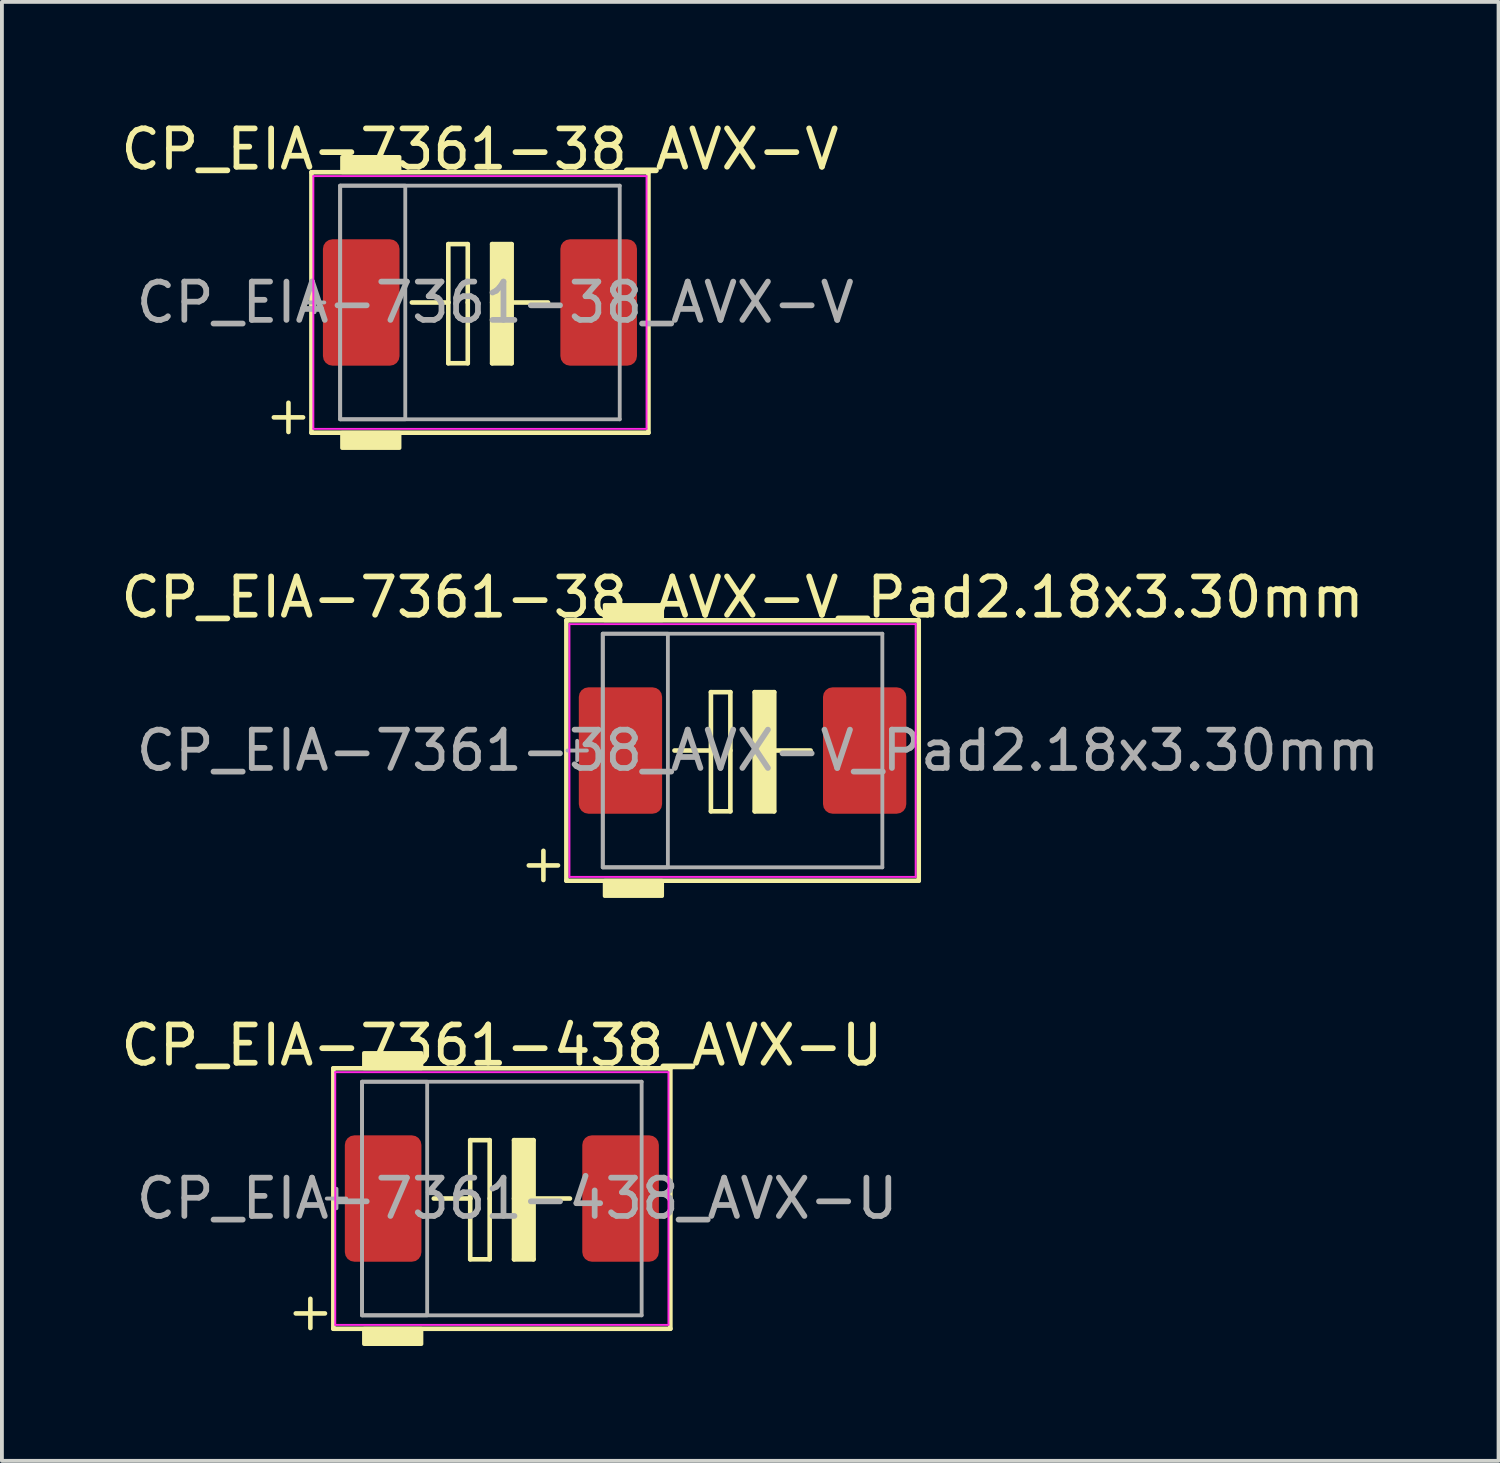
<source format=kicad_pcb>
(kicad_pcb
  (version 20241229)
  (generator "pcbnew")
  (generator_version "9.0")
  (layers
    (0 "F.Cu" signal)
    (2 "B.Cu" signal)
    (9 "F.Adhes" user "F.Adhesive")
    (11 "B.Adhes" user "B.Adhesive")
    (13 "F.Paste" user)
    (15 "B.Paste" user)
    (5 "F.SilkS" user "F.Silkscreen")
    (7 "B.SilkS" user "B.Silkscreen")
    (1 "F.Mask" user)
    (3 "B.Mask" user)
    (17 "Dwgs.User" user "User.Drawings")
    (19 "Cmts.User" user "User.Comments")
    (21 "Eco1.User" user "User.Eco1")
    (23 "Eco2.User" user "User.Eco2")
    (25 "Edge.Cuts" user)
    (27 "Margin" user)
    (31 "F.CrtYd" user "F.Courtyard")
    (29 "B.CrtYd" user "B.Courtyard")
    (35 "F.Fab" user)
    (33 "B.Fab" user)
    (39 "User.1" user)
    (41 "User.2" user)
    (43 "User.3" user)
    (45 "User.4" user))
  (footprint "CP_EIA-7361-38_AVX-V"
    (layer "F.Cu")
    (at 9.482 4.848)
    (property "Reference" "CP_EIA-7361-38_AVX-V" (at 0 -4 0) (layer "F.SilkS") (effects (font (size 1 1) (thickness 0.15))))
    (attr smd)
    (fp_line (start -5.381 3) (end -4.619 3) (stroke (width 0.12) (type solid)) (layer "F.SilkS"))
    (fp_line (start -5 2.619) (end -5 3.381) (stroke (width 0.12) (type solid)) (layer "F.SilkS"))
    (fp_line (start -4.4 -3.4) (end -4.4 3.4) (stroke (width 0.12) (type solid)) (layer "F.SilkS"))
    (fp_line (start -4.4 3.4) (end 4.4 3.4) (stroke (width 0.12) (type solid)) (layer "F.SilkS"))
    (fp_line (start -1.778 0) (end -0.826 0) (stroke (width 0.12) (type solid)) (layer "F.SilkS"))
    (fp_line (start -0.826 -1.524) (end -0.826 0) (stroke (width 0.12) (type solid)) (layer "F.SilkS"))
    (fp_line (start -0.826 1.587) (end -0.826 0) (stroke (width 0.12) (type solid)) (layer "F.SilkS"))
    (fp_line (start -0.826 1.587) (end -0.318 1.587) (stroke (width 0.12) (type solid)) (layer "F.SilkS"))
    (fp_line (start -0.318 -1.524) (end -0.826 -1.524) (stroke (width 0.12) (type solid)) (layer "F.SilkS"))
    (fp_line (start -0.318 -1.524) (end -0.318 0) (stroke (width 0.12) (type solid)) (layer "F.SilkS"))
    (fp_line (start -0.318 1.587) (end -0.318 0) (stroke (width 0.12) (type solid)) (layer "F.SilkS"))
    (fp_line (start 0.318 -1.524) (end 0.318 0) (stroke (width 0.12) (type solid)) (layer "F.SilkS"))
    (fp_line (start 0.318 1.587) (end 0.318 0) (stroke (width 0.12) (type solid)) (layer "F.SilkS"))
    (fp_line (start 0.318 1.587) (end 0.826 1.587) (stroke (width 0.12) (type solid)) (layer "F.SilkS"))
    (fp_line (start 0.826 -1.524) (end 0.318 -1.524) (stroke (width 0.12) (type solid)) (layer "F.SilkS"))
    (fp_line (start 0.826 -1.524) (end 0.826 0) (stroke (width 0.12) (type solid)) (layer "F.SilkS"))
    (fp_line (start 0.826 0) (end 1.778 0) (stroke (width 0.12) (type solid)) (layer "F.SilkS"))
    (fp_line (start 0.826 1.587) (end 0.826 0) (stroke (width 0.12) (type solid)) (layer "F.SilkS"))
    (fp_line (start 4.4 -3.4) (end -4.4 -3.4) (stroke (width 0.12) (type solid)) (layer "F.SilkS"))
    (fp_line (start 4.4 3.4) (end 4.4 -3.4) (stroke (width 0.12) (type solid)) (layer "F.SilkS"))
    (fp_poly (pts (xy -2.1 -3.4) (xy -3.6 -3.4) (xy -3.6 -3.8) (xy -2.1 -3.8)) (stroke (width 0.1) (type solid)) (fill yes) (layer "F.SilkS"))
    (fp_poly (pts (xy -2.1 3.8) (xy -3.6 3.8) (xy -3.6 3.4) (xy -2.1 3.4)) (stroke (width 0.1) (type solid)) (fill yes) (layer "F.SilkS"))
    (fp_poly (pts (xy 0.826 1.587) (xy 0.318 1.587) (xy 0.318 -1.524) (xy 0.826 -1.524)) (stroke (width 0.1) (type solid)) (fill yes) (layer "F.SilkS"))
    (fp_line (start -4.35 -3.3) (end 4.35 -3.3) (stroke (width 0.05) (type solid)) (layer "F.CrtYd"))
    (fp_line (start -4.35 3.3) (end -4.35 -3.3) (stroke (width 0.05) (type solid)) (layer "F.CrtYd"))
    (fp_line (start 4.35 -3.3) (end 4.35 3.3) (stroke (width 0.05) (type solid)) (layer "F.CrtYd"))
    (fp_line (start 4.35 3.3) (end -4.35 3.3) (stroke (width 0.05) (type solid)) (layer "F.CrtYd"))
    (fp_line (start -4.318 -0.254) (end -4.318 0.254) (stroke (width 0.1) (type solid)) (layer "F.Fab"))
    (fp_line (start -4.064 0) (end -4.572 0) (stroke (width 0.1) (type solid)) (layer "F.Fab"))
    (fp_line (start -3.65 -3.05) (end -3.65 3.05) (stroke (width 0.1) (type solid)) (layer "F.Fab"))
    (fp_line (start -3.65 3.05) (end 3.65 3.05) (stroke (width 0.1) (type solid)) (layer "F.Fab"))
    (fp_line (start 3.65 -3.05) (end -3.65 -3.05) (stroke (width 0.1) (type solid)) (layer "F.Fab"))
    (fp_line (start 3.65 3.05) (end 3.65 -3.05) (stroke (width 0.1) (type solid)) (layer "F.Fab"))
    (fp_rect (start -3.65 -3.05) (end -1.95 3.05) (stroke (width 0.1) (type solid)) (fill no) (layer "F.Fab"))
    (fp_text user "${REFERENCE}" (at 0.4 0 0) (layer "F.Fab") (effects (font (size 1 1) (thickness 0.15))))
    (pad "1" smd roundrect (at -3.1 0) (size 2 3.3) (layers "F.Cu" "F.Mask" "F.Paste") (roundrect_rratio 0.125))
    (pad "2" smd roundrect (at 3.1 0) (size 2 3.3) (layers "F.Cu" "F.Mask" "F.Paste") (roundrect_rratio 0.125)))
  (footprint "CP_EIA-7361-438_AVX-U"
    (layer "F.Cu")
    (at 10.054 28.245)
    (property "Reference" "CP_EIA-7361-438_AVX-U" (at 0 -4 0) (layer "F.SilkS") (effects (font (size 1 1) (thickness 0.15))))
    (attr smd)
    (fp_line (start -5.381 3) (end -4.619 3) (stroke (width 0.12) (type solid)) (layer "F.SilkS"))
    (fp_line (start -5 2.619) (end -5 3.381) (stroke (width 0.12) (type solid)) (layer "F.SilkS"))
    (fp_line (start -4.4 -3.4) (end -4.4 3.4) (stroke (width 0.12) (type solid)) (layer "F.SilkS"))
    (fp_line (start -4.4 3.4) (end 4.4 3.4) (stroke (width 0.12) (type solid)) (layer "F.SilkS"))
    (fp_line (start -1.778 0) (end -0.826 0) (stroke (width 0.12) (type solid)) (layer "F.SilkS"))
    (fp_line (start -0.826 -1.524) (end -0.826 0) (stroke (width 0.12) (type solid)) (layer "F.SilkS"))
    (fp_line (start -0.826 1.587) (end -0.826 0) (stroke (width 0.12) (type solid)) (layer "F.SilkS"))
    (fp_line (start -0.826 1.587) (end -0.318 1.587) (stroke (width 0.12) (type solid)) (layer "F.SilkS"))
    (fp_line (start -0.318 -1.524) (end -0.826 -1.524) (stroke (width 0.12) (type solid)) (layer "F.SilkS"))
    (fp_line (start -0.318 -1.524) (end -0.318 0) (stroke (width 0.12) (type solid)) (layer "F.SilkS"))
    (fp_line (start -0.318 1.587) (end -0.318 0) (stroke (width 0.12) (type solid)) (layer "F.SilkS"))
    (fp_line (start 0.318 -1.524) (end 0.318 0) (stroke (width 0.12) (type solid)) (layer "F.SilkS"))
    (fp_line (start 0.318 1.587) (end 0.318 0) (stroke (width 0.12) (type solid)) (layer "F.SilkS"))
    (fp_line (start 0.318 1.587) (end 0.826 1.587) (stroke (width 0.12) (type solid)) (layer "F.SilkS"))
    (fp_line (start 0.826 -1.524) (end 0.318 -1.524) (stroke (width 0.12) (type solid)) (layer "F.SilkS"))
    (fp_line (start 0.826 -1.524) (end 0.826 0) (stroke (width 0.12) (type solid)) (layer "F.SilkS"))
    (fp_line (start 0.826 0) (end 1.778 0) (stroke (width 0.12) (type solid)) (layer "F.SilkS"))
    (fp_line (start 0.826 1.587) (end 0.826 0) (stroke (width 0.12) (type solid)) (layer "F.SilkS"))
    (fp_line (start 4.4 -3.4) (end -4.4 -3.4) (stroke (width 0.12) (type solid)) (layer "F.SilkS"))
    (fp_line (start 4.4 3.4) (end 4.4 -3.4) (stroke (width 0.12) (type solid)) (layer "F.SilkS"))
    (fp_poly (pts (xy -2.1 -3.4) (xy -3.6 -3.4) (xy -3.6 -3.8) (xy -2.1 -3.8)) (stroke (width 0.1) (type solid)) (fill yes) (layer "F.SilkS"))
    (fp_poly (pts (xy -2.1 3.8) (xy -3.6 3.8) (xy -3.6 3.4) (xy -2.1 3.4)) (stroke (width 0.1) (type solid)) (fill yes) (layer "F.SilkS"))
    (fp_poly (pts (xy 0.826 1.587) (xy 0.318 1.587) (xy 0.318 -1.524) (xy 0.826 -1.524)) (stroke (width 0.1) (type solid)) (fill yes) (layer "F.SilkS"))
    (fp_line (start -4.35 -3.3) (end 4.35 -3.3) (stroke (width 0.05) (type solid)) (layer "F.CrtYd"))
    (fp_line (start -4.35 3.3) (end -4.35 -3.3) (stroke (width 0.05) (type solid)) (layer "F.CrtYd"))
    (fp_line (start 4.35 -3.3) (end 4.35 3.3) (stroke (width 0.05) (type solid)) (layer "F.CrtYd"))
    (fp_line (start 4.35 3.3) (end -4.35 3.3) (stroke (width 0.05) (type solid)) (layer "F.CrtYd"))
    (fp_line (start -4.318 -0.254) (end -4.318 0.254) (stroke (width 0.1) (type solid)) (layer "F.Fab"))
    (fp_line (start -4.064 0) (end -4.572 0) (stroke (width 0.1) (type solid)) (layer "F.Fab"))
    (fp_line (start -3.65 -3.05) (end -3.65 3.05) (stroke (width 0.1) (type solid)) (layer "F.Fab"))
    (fp_line (start -3.65 3.05) (end 3.65 3.05) (stroke (width 0.1) (type solid)) (layer "F.Fab"))
    (fp_line (start 3.65 -3.05) (end -3.65 -3.05) (stroke (width 0.1) (type solid)) (layer "F.Fab"))
    (fp_line (start 3.65 3.05) (end 3.65 -3.05) (stroke (width 0.1) (type solid)) (layer "F.Fab"))
    (fp_rect (start -3.65 -3.05) (end -1.95 3.05) (stroke (width 0.1) (type solid)) (fill no) (layer "F.Fab"))
    (fp_text user "${REFERENCE}" (at 0.4 0 0) (layer "F.Fab") (effects (font (size 1 1) (thickness 0.15))))
    (pad "1" smd roundrect (at -3.1 0) (size 2 3.3) (layers "F.Cu" "F.Mask" "F.Paste") (roundrect_rratio 0.125))
    (pad "2" smd roundrect (at 3.1 0) (size 2 3.3) (layers "F.Cu" "F.Mask" "F.Paste") (roundrect_rratio 0.125)))
  (footprint "CP_EIA-7361-38_AVX-V_Pad2.18x3.30mm"
    (layer "F.Cu")
    (at 16.339 16.547)
    (property "Reference" "CP_EIA-7361-38_AVX-V_Pad2.18x3.30mm" (at 0 -4 0) (layer "F.SilkS") (effects (font (size 1 1) (thickness 0.15))))
    (attr smd)
    (fp_line (start -5.581 3) (end -4.819 3) (stroke (width 0.12) (type solid)) (layer "F.SilkS"))
    (fp_line (start -5.2 2.619) (end -5.2 3.381) (stroke (width 0.12) (type solid)) (layer "F.SilkS"))
    (fp_line (start -4.6 -3.4) (end -4.6 3.4) (stroke (width 0.12) (type solid)) (layer "F.SilkS"))
    (fp_line (start -4.6 3.4) (end 4.6 3.4) (stroke (width 0.12) (type solid)) (layer "F.SilkS"))
    (fp_line (start -1.778 0) (end -0.826 0) (stroke (width 0.12) (type solid)) (layer "F.SilkS"))
    (fp_line (start -0.826 -1.524) (end -0.826 0) (stroke (width 0.12) (type solid)) (layer "F.SilkS"))
    (fp_line (start -0.826 1.587) (end -0.826 0) (stroke (width 0.12) (type solid)) (layer "F.SilkS"))
    (fp_line (start -0.826 1.587) (end -0.318 1.587) (stroke (width 0.12) (type solid)) (layer "F.SilkS"))
    (fp_line (start -0.318 -1.524) (end -0.826 -1.524) (stroke (width 0.12) (type solid)) (layer "F.SilkS"))
    (fp_line (start -0.318 -1.524) (end -0.318 0) (stroke (width 0.12) (type solid)) (layer "F.SilkS"))
    (fp_line (start -0.318 1.587) (end -0.318 0) (stroke (width 0.12) (type solid)) (layer "F.SilkS"))
    (fp_line (start 0.318 -1.524) (end 0.318 0) (stroke (width 0.12) (type solid)) (layer "F.SilkS"))
    (fp_line (start 0.318 1.587) (end 0.318 0) (stroke (width 0.12) (type solid)) (layer "F.SilkS"))
    (fp_line (start 0.318 1.587) (end 0.826 1.587) (stroke (width 0.12) (type solid)) (layer "F.SilkS"))
    (fp_line (start 0.826 -1.524) (end 0.318 -1.524) (stroke (width 0.12) (type solid)) (layer "F.SilkS"))
    (fp_line (start 0.826 -1.524) (end 0.826 0) (stroke (width 0.12) (type solid)) (layer "F.SilkS"))
    (fp_line (start 0.826 0) (end 1.778 0) (stroke (width 0.12) (type solid)) (layer "F.SilkS"))
    (fp_line (start 0.826 1.587) (end 0.826 0) (stroke (width 0.12) (type solid)) (layer "F.SilkS"))
    (fp_line (start 4.6 -3.4) (end -4.6 -3.4) (stroke (width 0.12) (type solid)) (layer "F.SilkS"))
    (fp_line (start 4.6 3.4) (end 4.6 -3.4) (stroke (width 0.12) (type solid)) (layer "F.SilkS"))
    (fp_poly (pts (xy -2.1 -3.4) (xy -3.6 -3.4) (xy -3.6 -3.8) (xy -2.1 -3.8)) (stroke (width 0.1) (type solid)) (fill yes) (layer "F.SilkS"))
    (fp_poly (pts (xy -2.1 3.8) (xy -3.6 3.8) (xy -3.6 3.4) (xy -2.1 3.4)) (stroke (width 0.1) (type solid)) (fill yes) (layer "F.SilkS"))
    (fp_poly (pts (xy 0.826 1.587) (xy 0.318 1.587) (xy 0.318 -1.524) (xy 0.826 -1.524)) (stroke (width 0.1) (type solid)) (fill yes) (layer "F.SilkS"))
    (fp_line (start -4.52 -3.3) (end 4.52 -3.3) (stroke (width 0.05) (type solid)) (layer "F.CrtYd"))
    (fp_line (start -4.52 3.3) (end -4.52 -3.3) (stroke (width 0.05) (type solid)) (layer "F.CrtYd"))
    (fp_line (start 4.52 -3.3) (end 4.52 3.3) (stroke (width 0.05) (type solid)) (layer "F.CrtYd"))
    (fp_line (start 4.52 3.3) (end -4.52 3.3) (stroke (width 0.05) (type solid)) (layer "F.CrtYd"))
    (fp_line (start -4.318 -0.254) (end -4.318 0.254) (stroke (width 0.1) (type solid)) (layer "F.Fab"))
    (fp_line (start -4.064 0) (end -4.572 0) (stroke (width 0.1) (type solid)) (layer "F.Fab"))
    (fp_line (start -3.65 -3.05) (end -3.65 3.05) (stroke (width 0.1) (type solid)) (layer "F.Fab"))
    (fp_line (start -3.65 3.05) (end 3.65 3.05) (stroke (width 0.1) (type solid)) (layer "F.Fab"))
    (fp_line (start 3.65 -3.05) (end -3.65 -3.05) (stroke (width 0.1) (type solid)) (layer "F.Fab"))
    (fp_line (start 3.65 3.05) (end 3.65 -3.05) (stroke (width 0.1) (type solid)) (layer "F.Fab"))
    (fp_rect (start -3.65 -3.05) (end -1.95 3.05) (stroke (width 0.1) (type solid)) (fill no) (layer "F.Fab"))
    (fp_text user "${REFERENCE}" (at 0.4 0 0) (layer "F.Fab") (effects (font (size 1 1) (thickness 0.15))))
    (pad "1" smd roundrect (at -3.188 0) (size 2.175 3.3) (layers "F.Cu" "F.Mask" "F.Paste") (roundrect_rratio 0.115))
    (pad "2" smd roundrect (at 3.188 0) (size 2.175 3.3) (layers "F.Cu" "F.Mask" "F.Paste") (roundrect_rratio 0.115)))
  (gr_rect
    (start -3 -3)
    (end 36.079 35.095)
    (stroke (width 0.1) (type default))
    (fill no)
    (layer "Edge.Cuts")))
</source>
